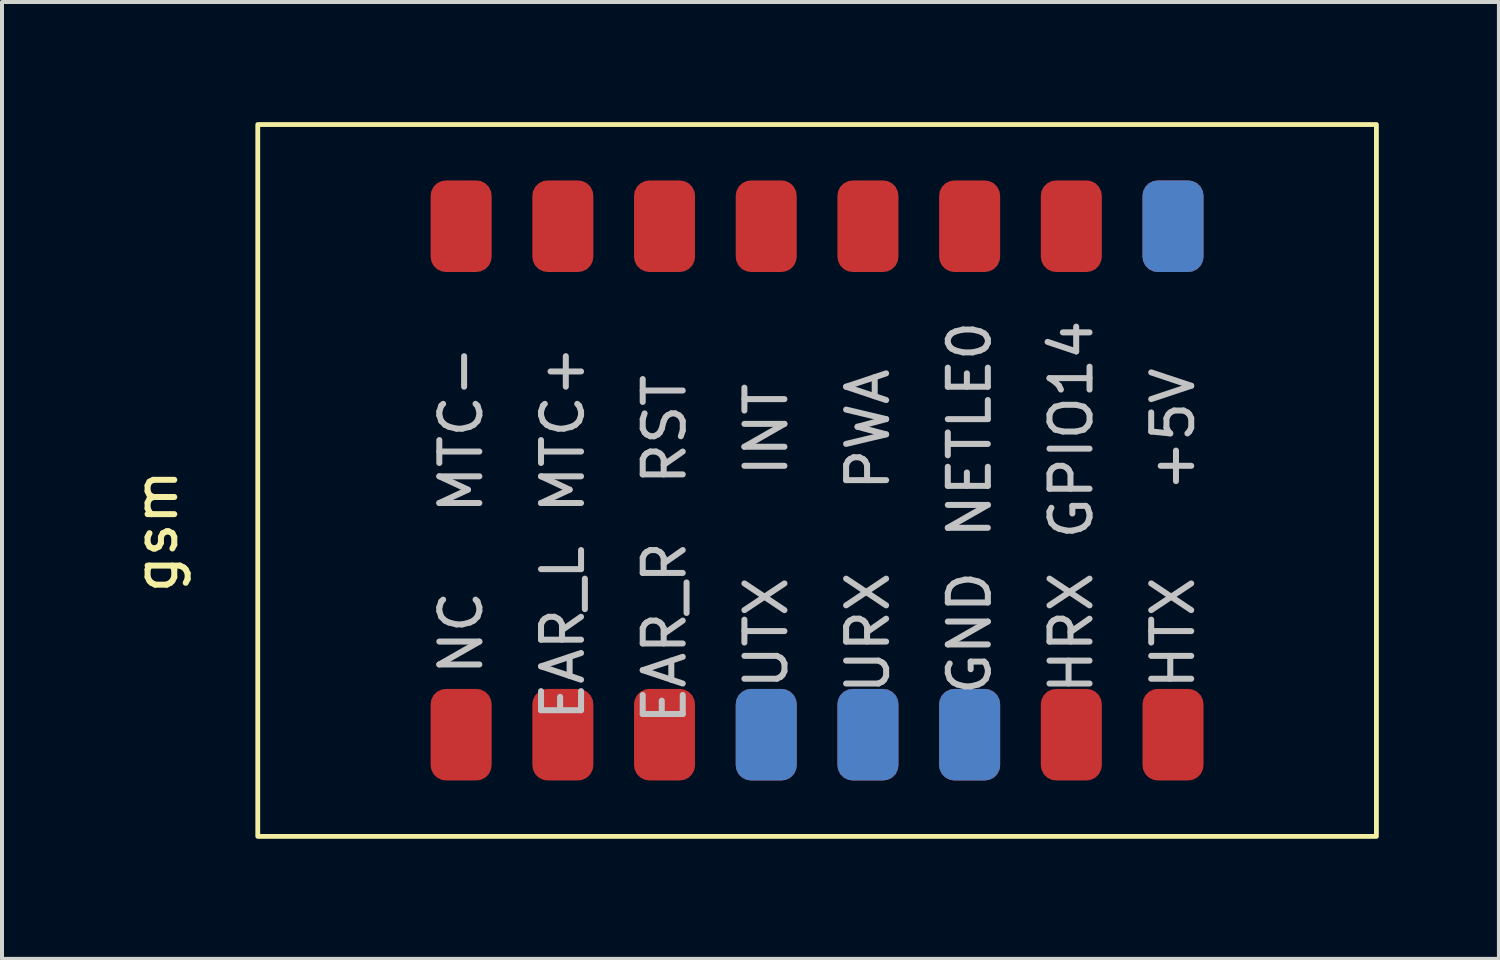
<source format=kicad_pcb>
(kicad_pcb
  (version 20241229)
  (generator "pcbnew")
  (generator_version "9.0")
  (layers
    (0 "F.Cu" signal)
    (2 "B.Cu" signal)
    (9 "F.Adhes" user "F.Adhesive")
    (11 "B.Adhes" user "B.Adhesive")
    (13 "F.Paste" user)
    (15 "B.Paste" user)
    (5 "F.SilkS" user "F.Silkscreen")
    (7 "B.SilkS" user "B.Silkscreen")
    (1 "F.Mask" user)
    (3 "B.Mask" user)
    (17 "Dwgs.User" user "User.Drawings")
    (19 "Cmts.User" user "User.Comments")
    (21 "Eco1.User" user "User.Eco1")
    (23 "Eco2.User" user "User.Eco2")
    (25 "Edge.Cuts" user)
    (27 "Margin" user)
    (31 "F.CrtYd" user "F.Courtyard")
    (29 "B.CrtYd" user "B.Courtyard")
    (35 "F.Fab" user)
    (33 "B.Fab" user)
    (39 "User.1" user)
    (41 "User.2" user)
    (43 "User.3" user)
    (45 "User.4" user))
  (footprint "gsm"
    (layer "F.Cu")
    (at 13.548 10.22)
    (property "Reference" "gsm" (at -12.7 0 90) (unlocked yes) (layer "F.SilkS") (effects (font (size 1 1) (thickness 0.15))))
    (attr smd)
    (fp_rect (start -10.16 -10.16) (end 17.78 7.62) (stroke (width 0.12) (type solid)) (fill no) (layer "F.SilkS"))
    (fp_text user "+5V" (at 12.7 -2.54 90) (unlocked yes) (layer "Dwgs.User") (effects (font (size 1 1) (thickness 0.15))))
    (fp_text user "GND" (at 7.62 2.54 90) (unlocked yes) (layer "Dwgs.User") (effects (font (size 1 1) (thickness 0.15))))
    (fp_text user "NC" (at -5.08 2.54 90) (unlocked yes) (layer "Dwgs.User") (effects (font (size 1 1) (thickness 0.15))))
    (fp_text user "PWA" (at 5.08 -2.54 90) (unlocked yes) (layer "Dwgs.User") (effects (font (size 1 1) (thickness 0.15))))
    (fp_text user "HRX" (at 10.16 2.54 90) (unlocked yes) (layer "Dwgs.User") (effects (font (size 1 1) (thickness 0.15))))
    (fp_text user "EAR_R" (at 0 2.54 90) (unlocked yes) (layer "Dwgs.User") (effects (font (size 1 1) (thickness 0.15))))
    (fp_text user "EAR_L" (at -2.54 2.54 90) (unlocked yes) (layer "Dwgs.User") (effects (font (size 1 1) (thickness 0.15))))
    (fp_text user "NETLE0" (at 7.62 -2.54 90) (unlocked yes) (layer "Dwgs.User") (effects (font (size 1 1) (thickness 0.15))))
    (fp_text user "MTC+" (at -2.54 -2.54 90) (unlocked yes) (layer "Dwgs.User") (effects (font (size 1 1) (thickness 0.15))))
    (fp_text user "RST" (at 0 -2.54 90) (unlocked yes) (layer "Dwgs.User") (effects (font (size 1 1) (thickness 0.15))))
    (fp_text user "UTX" (at 2.54 2.54 90) (unlocked yes) (layer "Dwgs.User") (effects (font (size 1 1) (thickness 0.15))))
    (fp_text user "INT" (at 2.54 -2.54 90) (unlocked yes) (layer "Dwgs.User") (effects (font (size 1 1) (thickness 0.15))))
    (fp_text user "HTX" (at 12.7 2.54 90) (unlocked yes) (layer "Dwgs.User") (effects (font (size 1 1) (thickness 0.15))))
    (fp_text user "URX" (at 5.08 2.54 90) (unlocked yes) (layer "Dwgs.User") (effects (font (size 1 1) (thickness 0.15))))
    (fp_text user "GPIO14" (at 10.16 -2.54 90) (unlocked yes) (layer "Dwgs.User") (effects (font (size 1 1) (thickness 0.15))))
    (fp_text user "MTC-" (at -5.08 -2.54 90) (unlocked yes) (layer "Dwgs.User") (effects (font (size 1 1) (thickness 0.15))))
    (pad "1" smd roundrect (at -5.08 -7.62 90) (size 2.286 1.524) (layers "F.Cu" "F.Mask" "F.Paste") (roundrect_rratio 0.25))
    (pad "2" smd roundrect (at -2.54 -7.62 90) (size 2.286 1.524) (layers "F.Cu" "F.Mask" "F.Paste") (roundrect_rratio 0.25))
    (pad "3" smd roundrect (at 0 -7.62 90) (size 2.286 1.524) (layers "F.Cu" "F.Mask" "F.Paste") (roundrect_rratio 0.25))
    (pad "4" smd roundrect (at 2.54 -7.62 90) (size 2.286 1.524) (layers "F.Cu" "F.Mask" "F.Paste") (roundrect_rratio 0.25))
    (pad "5" smd roundrect (at 5.08 -7.62 90) (size 2.286 1.524) (layers "F.Cu" "F.Mask" "F.Paste") (roundrect_rratio 0.25))
    (pad "6" smd roundrect (at 7.62 -7.62 90) (size 2.286 1.524) (layers "F.Cu" "F.Mask" "F.Paste") (roundrect_rratio 0.25))
    (pad "7" smd roundrect (at 10.16 -7.62 90) (size 2.286 1.524) (layers "F.Cu" "F.Mask" "F.Paste") (roundrect_rratio 0.25))
    (pad "8" thru_hole roundrect (at 12.7 -7.62 90) (size 2.286 1.524) (drill 0.000001) (layers "*.Cu" "*.Mask") (roundrect_rratio 0.25))
    (pad "9" smd roundrect (at -5.08 5.08 90) (size 2.286 1.524) (layers "F.Cu" "F.Mask" "F.Paste") (roundrect_rratio 0.25))
    (pad "10" smd roundrect (at -2.54 5.08 90) (size 2.286 1.524) (layers "F.Cu" "F.Mask" "F.Paste") (roundrect_rratio 0.25))
    (pad "11" smd roundrect (at 0 5.08 90) (size 2.286 1.524) (layers "F.Cu" "F.Mask" "F.Paste") (roundrect_rratio 0.25))
    (pad "12" thru_hole roundrect (at 2.54 5.08 90) (size 2.286 1.524) (drill 0.000001) (layers "*.Cu" "*.Mask") (roundrect_rratio 0.25))
    (pad "13" thru_hole roundrect (at 5.08 5.08 90) (size 2.286 1.524) (drill 0.000001) (layers "*.Cu" "*.Mask") (roundrect_rratio 0.25))
    (pad "14" thru_hole roundrect (at 7.62 5.08 90) (size 2.286 1.524) (drill 0.000001) (layers "*.Cu" "*.Mask") (roundrect_rratio 0.25))
    (pad "15" smd roundrect (at 10.16 5.08 90) (size 2.286 1.524) (layers "F.Cu" "F.Mask" "F.Paste") (roundrect_rratio 0.25))
    (pad "16" smd roundrect (at 12.7 5.08 90) (size 2.286 1.524) (layers "F.Cu" "F.Mask" "F.Paste") (roundrect_rratio 0.25)))
  (gr_rect
    (start -3 -3)
    (end 34.388 20.9)
    (stroke (width 0.1) (type default))
    (fill no)
    (layer "Edge.Cuts")))
</source>
